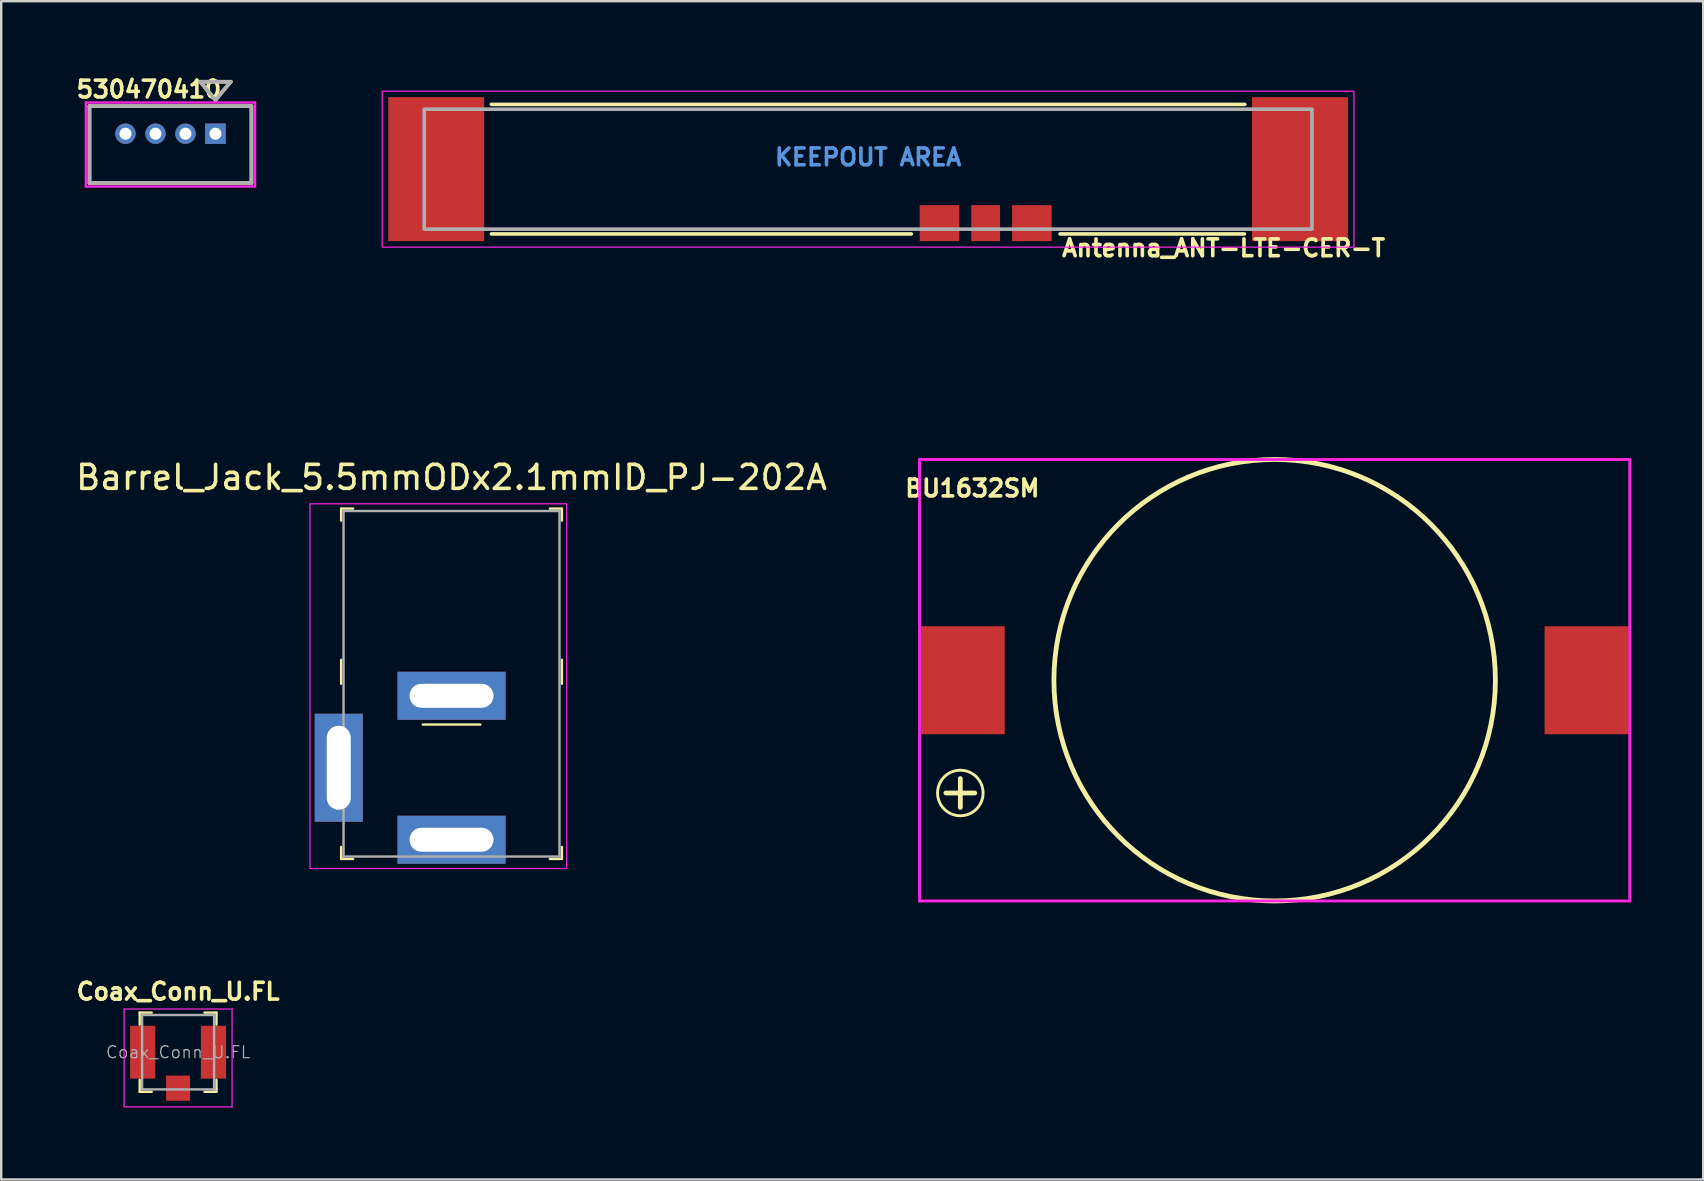
<source format=kicad_pcb>
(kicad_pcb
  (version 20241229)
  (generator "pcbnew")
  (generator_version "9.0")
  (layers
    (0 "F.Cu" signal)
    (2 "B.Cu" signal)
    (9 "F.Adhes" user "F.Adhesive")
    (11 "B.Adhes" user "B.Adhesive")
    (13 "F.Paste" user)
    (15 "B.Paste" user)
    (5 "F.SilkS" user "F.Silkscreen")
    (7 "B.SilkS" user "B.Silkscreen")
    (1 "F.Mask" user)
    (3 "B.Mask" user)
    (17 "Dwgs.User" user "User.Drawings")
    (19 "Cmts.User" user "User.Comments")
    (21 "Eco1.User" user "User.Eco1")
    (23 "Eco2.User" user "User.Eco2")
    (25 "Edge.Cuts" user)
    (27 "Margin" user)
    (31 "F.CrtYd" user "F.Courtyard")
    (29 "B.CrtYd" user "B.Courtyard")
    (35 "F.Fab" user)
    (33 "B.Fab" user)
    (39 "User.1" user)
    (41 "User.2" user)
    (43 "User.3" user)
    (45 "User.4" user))
  (footprint "Coax_Conn_U.FL"
    (layer "F.Cu")
    (at 4.372 40.803)
    (property "Reference" "Coax_Conn_U.FL" (at 0 -2.53 0) (layer "F.SilkS") (effects (font (size 0.7 0.7) (thickness 0.15))))
    (attr smd)
    (fp_line (start -1.6 -1.65) (end -1.6 -1.15) (stroke (width 0.1) (type solid)) (layer "F.SilkS"))
    (fp_line (start -1.6 -1.65) (end -1.1 -1.65) (stroke (width 0.1) (type solid)) (layer "F.SilkS"))
    (fp_line (start -1.6 1.65) (end -1.6 1.15) (stroke (width 0.1) (type solid)) (layer "F.SilkS"))
    (fp_line (start -1.6 1.65) (end -1.1 1.65) (stroke (width 0.1) (type solid)) (layer "F.SilkS"))
    (fp_line (start 1.6 -1.65) (end 1.1 -1.65) (stroke (width 0.1) (type solid)) (layer "F.SilkS"))
    (fp_line (start 1.6 -1.65) (end 1.6 -1.15) (stroke (width 0.1) (type solid)) (layer "F.SilkS"))
    (fp_line (start 1.6 1.65) (end 1.1 1.65) (stroke (width 0.1) (type solid)) (layer "F.SilkS"))
    (fp_line (start 1.6 1.65) (end 1.6 1.15) (stroke (width 0.1) (type solid)) (layer "F.SilkS"))
    (fp_line (start -2.25 -1.8) (end -2.25 2.28) (stroke (width 0.05) (type solid)) (layer "F.CrtYd"))
    (fp_line (start -2.25 -1.8) (end 2.25 -1.8) (stroke (width 0.05) (type solid)) (layer "F.CrtYd"))
    (fp_line (start -2.25 2.28) (end 2.25 2.28) (stroke (width 0.05) (type solid)) (layer "F.CrtYd"))
    (fp_line (start 2.25 -1.8) (end 2.25 2.28) (stroke (width 0.05) (type solid)) (layer "F.CrtYd"))
    (fp_line (start -1.5 -1.55) (end 1.5 -1.55) (stroke (width 0.1) (type solid)) (layer "F.Fab"))
    (fp_line (start -1.5 1.55) (end -1.5 -1.55) (stroke (width 0.1) (type solid)) (layer "F.Fab"))
    (fp_line (start -1.5 1.55) (end 1.5 1.55) (stroke (width 0.1) (type solid)) (layer "F.Fab"))
    (fp_line (start 1.5 1.55) (end 1.5 -1.55) (stroke (width 0.1) (type solid)) (layer "F.Fab"))
    (fp_text user "${REFERENCE}" (at 0 0 0) (layer "F.Fab") (effects (font (size 0.5 0.5) (thickness 0.05))))
    (pad "1" smd rect (at -1.475 0) (size 1.05 2.2) (layers "F.Cu" "F.Mask" "F.Paste"))
    (pad "1" smd rect (at 1.475 0) (size 1.05 2.2) (layers "F.Cu" "F.Mask" "F.Paste"))
    (pad "2" smd rect (at 0 1.5) (size 1 1.05) (layers "F.Cu" "F.Mask" "F.Paste")))
  (footprint "530470410"
    (layer "F.Cu")
    (at 5.93 2.523)
    (property "Reference" "530470410" (at -2.775 -1.85 0) (layer "F.SilkS") (effects (font (size 0.7 0.7) (thickness 0.15))))
    (attr through_hole)
    (fp_line (start -5.25 -1.15) (end -5.25 2.05) (stroke (width 0.152) (type solid)) (layer "F.SilkS"))
    (fp_line (start -5.25 2.05) (end 1.5 2.05) (stroke (width 0.152) (type solid)) (layer "F.SilkS"))
    (fp_line (start -0.635 -2.166) (end 0 -1.404) (stroke (width 0.152) (type solid)) (layer "F.SilkS"))
    (fp_line (start 0 -1.404) (end 0.635 -2.166) (stroke (width 0.152) (type solid)) (layer "F.SilkS"))
    (fp_line (start 0.635 -2.166) (end -0.635 -2.166) (stroke (width 0.152) (type solid)) (layer "F.SilkS"))
    (fp_line (start 1.5 -1.15) (end -5.25 -1.15) (stroke (width 0.152) (type solid)) (layer "F.SilkS"))
    (fp_line (start 1.5 2.05) (end 1.5 -1.15) (stroke (width 0.152) (type solid)) (layer "F.SilkS"))
    (fp_line (start -5.4 -1.3) (end -5.4 2.2) (stroke (width 0.1) (type solid)) (layer "F.CrtYd"))
    (fp_line (start -5.4 2.2) (end 1.65 2.2) (stroke (width 0.1) (type solid)) (layer "F.CrtYd"))
    (fp_line (start 1.65 -1.3) (end -5.4 -1.3) (stroke (width 0.1) (type solid)) (layer "F.CrtYd"))
    (fp_line (start 1.65 2.2) (end 1.65 -1.3) (stroke (width 0.1) (type solid)) (layer "F.CrtYd"))
    (fp_line (start -5.25 -1.15) (end -5.25 2.05) (stroke (width 0.152) (type solid)) (layer "F.Fab"))
    (fp_line (start -5.25 2.05) (end 1.5 2.05) (stroke (width 0.152) (type solid)) (layer "F.Fab"))
    (fp_line (start -0.635 -2.166) (end 0 -1.404) (stroke (width 0.152) (type solid)) (layer "F.Fab"))
    (fp_line (start 0 -1.404) (end 0.635 -2.166) (stroke (width 0.152) (type solid)) (layer "F.Fab"))
    (fp_line (start 0.635 -2.166) (end -0.635 -2.166) (stroke (width 0.152) (type solid)) (layer "F.Fab"))
    (fp_line (start 1.5 -1.15) (end -5.25 -1.15) (stroke (width 0.152) (type solid)) (layer "F.Fab"))
    (fp_line (start 1.5 2.05) (end 1.5 -1.15) (stroke (width 0.152) (type solid)) (layer "F.Fab"))
    (pad "1" thru_hole rect (at 0 0) (size 0.85 0.85) (drill 0.5) (layers "*.Cu" "*.Mask"))
    (pad "2" thru_hole circle (at -1.25 0) (size 0.85 0.85) (drill 0.5) (layers "*.Cu" "*.Mask"))
    (pad "3" thru_hole circle (at -2.5 0) (size 0.85 0.85) (drill 0.5) (layers "*.Cu" "*.Mask"))
    (pad "4" thru_hole circle (at -3.75 0) (size 0.85 0.85) (drill 0.5) (layers "*.Cu" "*.Mask")))
  (footprint "Antenna_ANT-LTE-CER-T"
    (layer "F.Cu")
    (at 33.13 4)
    (property "Reference" "Antenna_ANT-LTE-CER-T" (at 8 3.7 0) (layer "F.SilkS") (effects (font (size 0.7 0.7) (thickness 0.15)) (justify left bottom)))
    (attr smd)
    (fp_line (start -15.7 -2.7) (end 15.7 -2.7) (stroke (width 0.15) (type solid)) (layer "F.SilkS"))
    (fp_line (start -15.7 2.7) (end 1.8 2.7) (stroke (width 0.15) (type solid)) (layer "F.SilkS"))
    (fp_line (start 15.68 2.7) (end 8 2.7) (stroke (width 0.15) (type solid)) (layer "F.SilkS"))
    (fp_rect (start -20.25 -3.25) (end 20.25 3.25) (stroke (width 0.05) (type solid)) (fill no) (layer "F.CrtYd"))
    (fp_rect (start -18.5 -2.5) (end 18.5 2.5) (stroke (width 0.15) (type solid)) (fill no) (layer "F.Fab"))
    (fp_rect (start -18.5 -2.5) (end 18.5 2.5) (stroke (width 0.15) (type solid)) (fill no) (layer "User.5"))
    (fp_rect (start -18.5 -2.5) (end 18.5 2.5) (stroke (width 0.02) (type solid)) (fill no) (layer "User.9"))
    (fp_text user "KEEPOUT AREA" (at 0 -0.5 0) (unlocked yes) (layer "Cmts.User") (effects (font (size 0.7 0.7) (thickness 0.15))))
    (pad "1" smd rect (at 4.9 2.25) (size 1.2 1.5) (layers "F.Cu" "F.Mask" "F.Paste"))
    (pad "2" smd rect (at 2.975 2.25) (size 1.65 1.5) (layers "F.Cu" "F.Mask" "F.Paste"))
    (pad "3" smd rect (at 6.825 2.25) (size 1.65 1.5) (layers "F.Cu" "F.Mask" "F.Paste"))
    (pad "MP1" smd rect (at -18 0) (size 4 6) (layers "F.Cu" "F.Mask" "F.Paste"))
    (pad "MP2" smd rect (at 18 0) (size 4 6) (layers "F.Cu" "F.Mask" "F.Paste"))
    (zone (net_name "") (layers "F.Cu" "B.Cu") (name "KEEPOUT") (hatch edge 0.508) (connect_pads) (min_thickness 0.254) (filled_areas_thickness no) (keepout (tracks not_allowed) (vias not_allowed) (pads allowed) (copperpour not_allowed) (footprints not_allowed)) (placement (enabled no)) (fill) (polygon (pts (xy 55.63 13) (xy 40.88 13) (xy 40.88 5.25) (xy 35.13 5.25) (xy 35.13 13) (xy 10.63 13) (xy 10.63 0) (xy 55.63 0)))))
  (footprint "Barrel_Jack_5.5mmODx2.1mmID_PJ-202A"
    (layer "F.Cu")
    (at 15.768 28.948)
    (property "Reference" "Barrel_Jack_5.5mmODx2.1mmID_PJ-202A" (at 0 -12.1 0) (layer "F.SilkS") (effects (font (size 1 1) (thickness 0.15))))
    (attr through_hole)
    (fp_line (start -4.6 -10.8) (end -4.6 -10.3) (stroke (width 0.1) (type solid)) (layer "F.SilkS"))
    (fp_line (start -4.6 -10.8) (end -4.1 -10.8) (stroke (width 0.1) (type solid)) (layer "F.SilkS"))
    (fp_line (start -4.6 -3.5) (end -4.6 -4.5) (stroke (width 0.1) (type solid)) (layer "F.SilkS"))
    (fp_line (start -4.6 3.8) (end -4.6 3.3) (stroke (width 0.1) (type solid)) (layer "F.SilkS"))
    (fp_line (start -4.6 3.8) (end -4.1 3.8) (stroke (width 0.1) (type solid)) (layer "F.SilkS"))
    (fp_line (start -1.2 -1.8) (end 1.2 -1.8) (stroke (width 0.1) (type solid)) (layer "F.SilkS"))
    (fp_line (start 4.6 -10.8) (end 4.1 -10.8) (stroke (width 0.1) (type solid)) (layer "F.SilkS"))
    (fp_line (start 4.6 -10.8) (end 4.6 -10.3) (stroke (width 0.1) (type solid)) (layer "F.SilkS"))
    (fp_line (start 4.6 -3.5) (end 4.6 -4.5) (stroke (width 0.1) (type solid)) (layer "F.SilkS"))
    (fp_line (start 4.6 3.8) (end 4.1 3.8) (stroke (width 0.1) (type solid)) (layer "F.SilkS"))
    (fp_line (start 4.6 3.8) (end 4.6 3.3) (stroke (width 0.1) (type solid)) (layer "F.SilkS"))
    (fp_line (start -5.9 -11) (end -5.9 4.2) (stroke (width 0.05) (type solid)) (layer "F.CrtYd"))
    (fp_line (start -5.9 -11) (end 4.8 -11) (stroke (width 0.05) (type solid)) (layer "F.CrtYd"))
    (fp_line (start -5.9 4.2) (end 4.8 4.2) (stroke (width 0.05) (type solid)) (layer "F.CrtYd"))
    (fp_line (start 4.8 -11) (end 4.8 4.2) (stroke (width 0.05) (type solid)) (layer "F.CrtYd"))
    (fp_line (start -4.5 -10.7) (end 4.5 -10.7) (stroke (width 0.1) (type solid)) (layer "F.Fab"))
    (fp_line (start -4.5 3.7) (end -4.5 -10.7) (stroke (width 0.1) (type solid)) (layer "F.Fab"))
    (fp_line (start -4.5 3.7) (end 4.5 3.7) (stroke (width 0.1) (type solid)) (layer "F.Fab"))
    (fp_line (start 4.5 3.7) (end 4.5 -10.7) (stroke (width 0.1) (type solid)) (layer "F.Fab"))
    (pad "1" thru_hole rect (at 0 3) (size 4.5 2) (drill oval 3.5 1) (layers "*.Cu" "*.Mask"))
    (pad "2" thru_hole rect (at 0 -3) (size 4.5 2) (drill oval 3.5 1) (layers "*.Cu" "*.Mask"))
    (pad "3" thru_hole rect (at -4.7 0) (size 2 4.5) (drill oval 1 3.5) (layers "*.Cu" "*.Mask")))
  (footprint "BU1632SM"
    (layer "F.Cu")
    (at 50.074 25.3)
    (property "Reference" "BU1632SM" (at -12.6 -8 0) (layer "F.SilkS") (effects (font (size 0.7 0.7) (thickness 0.15))))
    (attr through_hole)
    (fp_line (start -13.7 4.7) (end -12.5 4.7) (stroke (width 0.2) (type solid)) (layer "F.SilkS"))
    (fp_line (start -13.1 5.3) (end -13.1 4.1) (stroke (width 0.2) (type solid)) (layer "F.SilkS"))
    (fp_circle (center -13.1 4.7) (end -12.2 5) (stroke (width 0.12) (type solid)) (fill no) (layer "F.SilkS"))
    (fp_circle (center 0 0) (end 9.2 0) (stroke (width 0.2) (type solid)) (fill no) (layer "F.SilkS"))
    (fp_line (start -14.8 -9.2) (end 14.8 -9.2) (stroke (width 0.12) (type solid)) (layer "F.CrtYd"))
    (fp_line (start -14.8 9.2) (end -14.8 -9.2) (stroke (width 0.12) (type solid)) (layer "F.CrtYd"))
    (fp_line (start 14.8 -9.2) (end 14.8 9.2) (stroke (width 0.12) (type solid)) (layer "F.CrtYd"))
    (fp_line (start 14.8 9.2) (end -14.8 9.2) (stroke (width 0.12) (type solid)) (layer "F.CrtYd"))
    (pad "Neg" smd rect (at 13 0) (size 3.5 4.5) (layers "F.Cu" "F.Mask" "F.Paste"))
    (pad "Pos" smd rect (at -13 0) (size 3.5 4.5) (layers "F.Cu" "F.Mask" "F.Paste")))
  (gr_rect
    (start -3 -3)
    (end 67.934 46.108)
    (stroke (width 0.1) (type default))
    (fill no)
    (layer "Edge.Cuts")))
</source>
